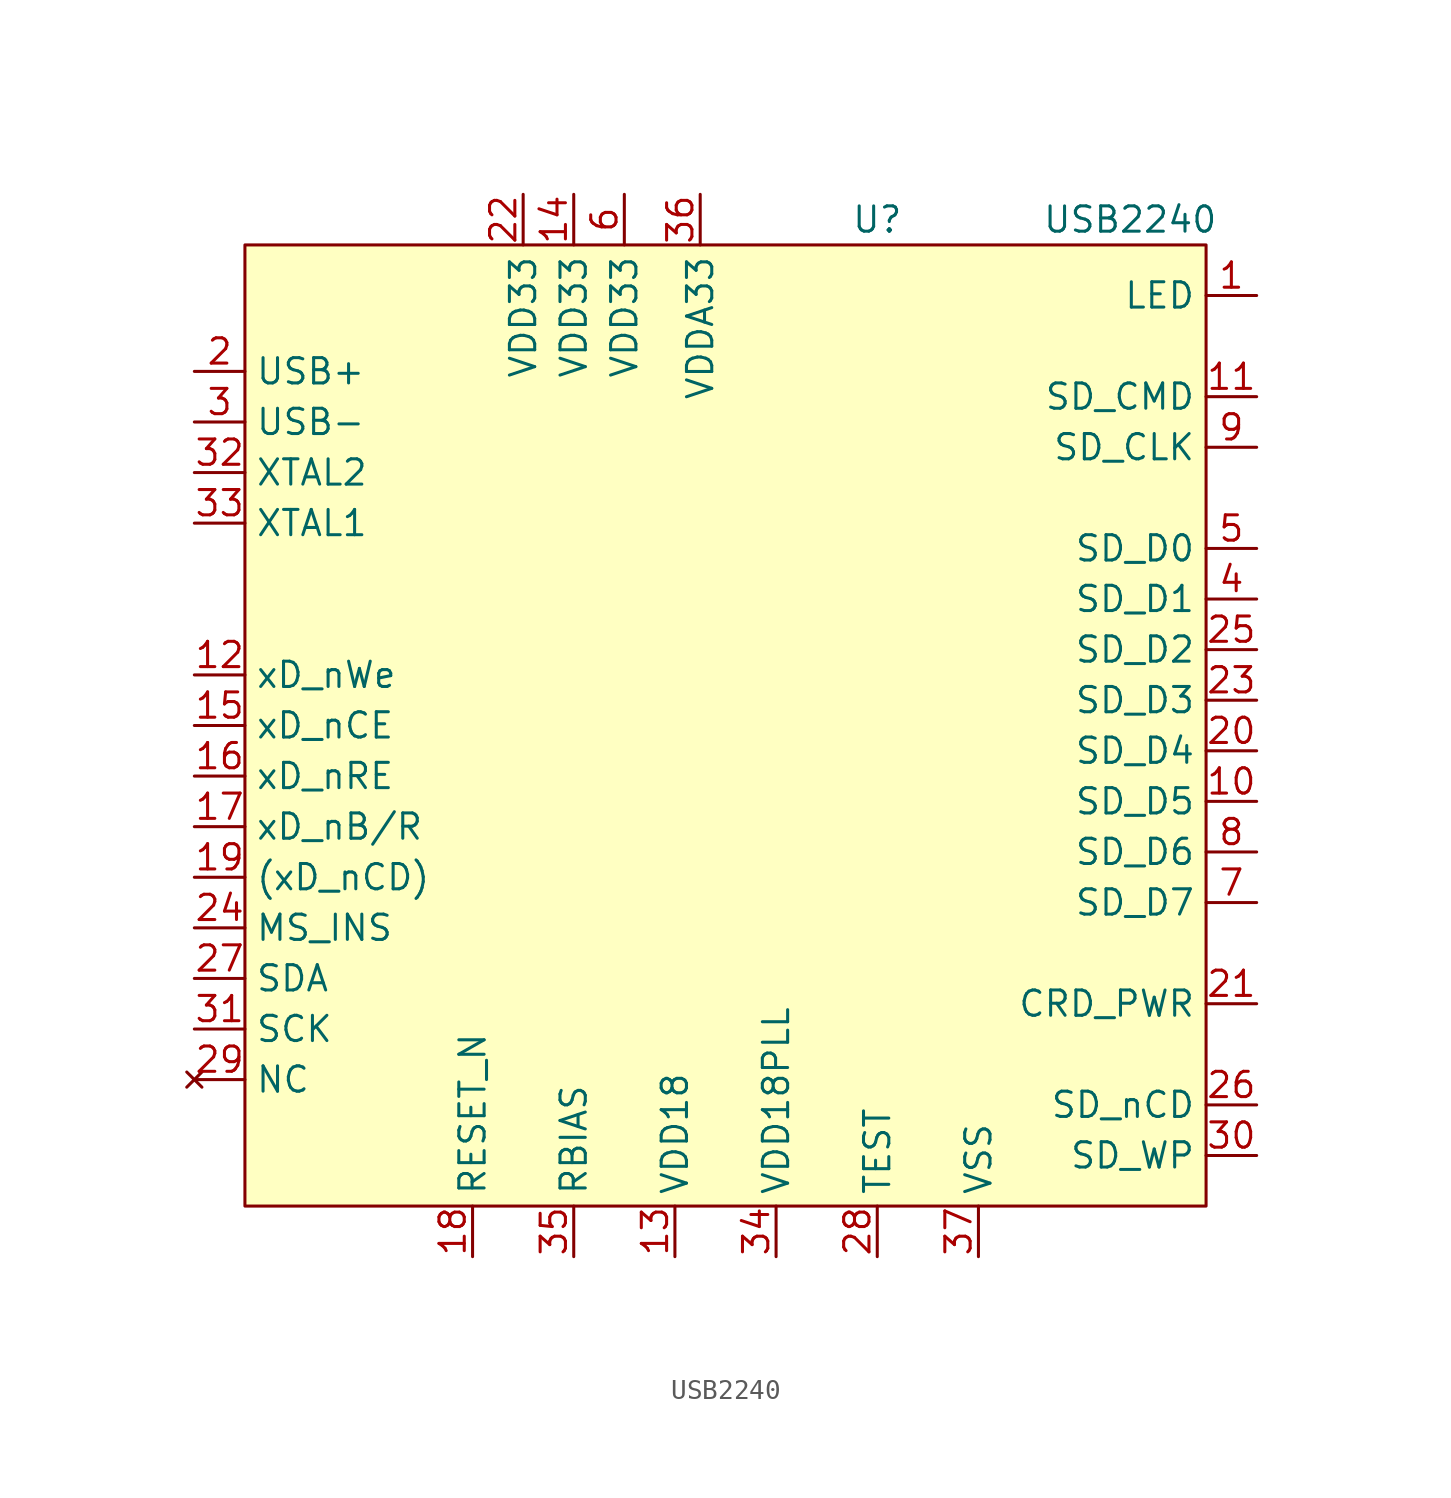
<source format=kicad_sym>
(kicad_symbol_lib
  (version 20220914)
  (generator kicad_symbol_editor)
  (symbol "USB2240"
    (property "Reference" "U"
      (at 7.62 22.86 0)
      (effects (font (size 1.27 1.27))))
    (property "Value" "USB2240"
      (at 20.32 22.86 0)
      (effects (font (size 1.27 1.27))))
    (symbol "USB2240_0_0"
      (pin unspecified line (at 26.67 19.05 180) (length 2.54) (name "LED" (effects (font (size 1.27 1.27)))) (number "1" (effects (font (size 1.27 1.27)))))
      (pin unspecified line (at 26.67 -6.35 180) (length 2.54) (name "SD_D5" (effects (font (size 1.27 1.27)))) (number "10" (effects (font (size 1.27 1.27)))))
      (pin unspecified line (at 26.67 13.97 180) (length 2.54) (name "SD_CMD" (effects (font (size 1.27 1.27)))) (number "11" (effects (font (size 1.27 1.27)))))
      (pin unspecified line (at -26.67 0 0) (length 2.54) (name "xD_nWe" (effects (font (size 1.27 1.27)))) (number "12" (effects (font (size 1.27 1.27)))))
      (pin unspecified line (at -2.54 -29.21 90) (length 2.54) (name "VDD18" (effects (font (size 1.27 1.27)))) (number "13" (effects (font (size 1.27 1.27)))))
      (pin unspecified line (at -7.62 24.13 270) (length 2.54) (name "VDD33" (effects (font (size 1.27 1.27)))) (number "14" (effects (font (size 1.27 1.27)))))
      (pin unspecified line (at -26.67 -2.54 0) (length 2.54) (name "xD_nCE" (effects (font (size 1.27 1.27)))) (number "15" (effects (font (size 1.27 1.27)))))
      (pin unspecified line (at -26.67 -5.08 0) (length 2.54) (name "xD_nRE" (effects (font (size 1.27 1.27)))) (number "16" (effects (font (size 1.27 1.27)))))
      (pin unspecified line (at -26.67 -7.62 0) (length 2.54) (name "xD_nB/R" (effects (font (size 1.27 1.27)))) (number "17" (effects (font (size 1.27 1.27)))))
      (pin unspecified line (at -12.7 -29.21 90) (length 2.54) (name "RESET_N" (effects (font (size 1.27 1.27)))) (number "18" (effects (font (size 1.27 1.27)))))
      (pin unspecified line (at -26.67 -10.16 0) (length 2.54) (name "(xD_nCD)" (effects (font (size 1.27 1.27)))) (number "19" (effects (font (size 1.27 1.27)))))
      (pin unspecified line (at -26.67 15.24 0) (length 2.54) (name "USB+" (effects (font (size 1.27 1.27)))) (number "2" (effects (font (size 1.27 1.27)))))
      (pin unspecified line (at 26.67 -3.81 180) (length 2.54) (name "SD_D4" (effects (font (size 1.27 1.27)))) (number "20" (effects (font (size 1.27 1.27)))))
      (pin unspecified line (at 26.67 -16.51 180) (length 2.54) (name "CRD_PWR" (effects (font (size 1.27 1.27)))) (number "21" (effects (font (size 1.27 1.27)))))
      (pin unspecified line (at -10.16 24.13 270) (length 2.54) (name "VDD33" (effects (font (size 1.27 1.27)))) (number "22" (effects (font (size 1.27 1.27)))))
      (pin unspecified line (at 26.67 -1.27 180) (length 2.54) (name "SD_D3" (effects (font (size 1.27 1.27)))) (number "23" (effects (font (size 1.27 1.27)))))
      (pin unspecified line (at -26.67 -12.7 0) (length 2.54) (name "MS_INS" (effects (font (size 1.27 1.27)))) (number "24" (effects (font (size 1.27 1.27)))))
      (pin unspecified line (at 26.67 1.27 180) (length 2.54) (name "SD_D2" (effects (font (size 1.27 1.27)))) (number "25" (effects (font (size 1.27 1.27)))))
      (pin unspecified line (at 26.67 -21.59 180) (length 2.54) (name "SD_nCD" (effects (font (size 1.27 1.27)))) (number "26" (effects (font (size 1.27 1.27)))))
      (pin unspecified line (at -26.67 -15.24 0) (length 2.54) (name "SDA" (effects (font (size 1.27 1.27)))) (number "27" (effects (font (size 1.27 1.27)))))
      (pin unspecified line (at 7.62 -29.21 90) (length 2.54) (name "TEST" (effects (font (size 1.27 1.27)))) (number "28" (effects (font (size 1.27 1.27)))))
      (pin no_connect line (at -26.67 -20.32 0) (length 2.54) (name "NC" (effects (font (size 1.27 1.27)))) (number "29" (effects (font (size 1.27 1.27)))))
      (pin unspecified line (at -26.67 12.7 0) (length 2.54) (name "USB-" (effects (font (size 1.27 1.27)))) (number "3" (effects (font (size 1.27 1.27)))))
      (pin unspecified line (at 26.67 -24.13 180) (length 2.54) (name "SD_WP" (effects (font (size 1.27 1.27)))) (number "30" (effects (font (size 1.27 1.27)))))
      (pin unspecified line (at -26.67 -17.78 0) (length 2.54) (name "SCK" (effects (font (size 1.27 1.27)))) (number "31" (effects (font (size 1.27 1.27)))))
      (pin unspecified line (at -26.67 10.16 0) (length 2.54) (name "XTAL2" (effects (font (size 1.27 1.27)))) (number "32" (effects (font (size 1.27 1.27)))))
      (pin unspecified line (at -26.67 7.62 0) (length 2.54) (name "XTAL1" (effects (font (size 1.27 1.27)))) (number "33" (effects (font (size 1.27 1.27)))))
      (pin unspecified line (at 2.54 -29.21 90) (length 2.54) (name "VDD18PLL" (effects (font (size 1.27 1.27)))) (number "34" (effects (font (size 1.27 1.27)))))
      (pin unspecified line (at -7.62 -29.21 90) (length 2.54) (name "RBIAS" (effects (font (size 1.27 1.27)))) (number "35" (effects (font (size 1.27 1.27)))))
      (pin unspecified line (at -1.27 24.13 270) (length 2.54) (name "VDDA33" (effects (font (size 1.27 1.27)))) (number "36" (effects (font (size 1.27 1.27)))))
      (pin unspecified line (at 26.67 3.81 180) (length 2.54) (name "SD_D1" (effects (font (size 1.27 1.27)))) (number "4" (effects (font (size 1.27 1.27)))))
      (pin unspecified line (at 26.67 6.35 180) (length 2.54) (name "SD_D0" (effects (font (size 1.27 1.27)))) (number "5" (effects (font (size 1.27 1.27)))))
      (pin unspecified line (at -5.08 24.13 270) (length 2.54) (name "VDD33" (effects (font (size 1.27 1.27)))) (number "6" (effects (font (size 1.27 1.27)))))
      (pin unspecified line (at 26.67 -11.43 180) (length 2.54) (name "SD_D7" (effects (font (size 1.27 1.27)))) (number "7" (effects (font (size 1.27 1.27)))))
      (pin unspecified line (at 26.67 -8.89 180) (length 2.54) (name "SD_D6" (effects (font (size 1.27 1.27)))) (number "8" (effects (font (size 1.27 1.27)))))
      (pin unspecified line (at 26.67 11.43 180) (length 2.54) (name "SD_CLK" (effects (font (size 1.27 1.27)))) (number "9" (effects (font (size 1.27 1.27))))))
    (symbol "USB2240_1_0"
      (pin unspecified line (at 12.7 -29.21 90) (length 2.54) (name "VSS" (effects (font (size 1.27 1.27)))) (number "37" (effects (font (size 1.27 1.27))))))
    (symbol "USB2240_1_1"
      (rectangle (start -24.13 21.59) (end 24.13 -26.67) (stroke (width 0) (type default)) (fill (type background))))))
</source>
